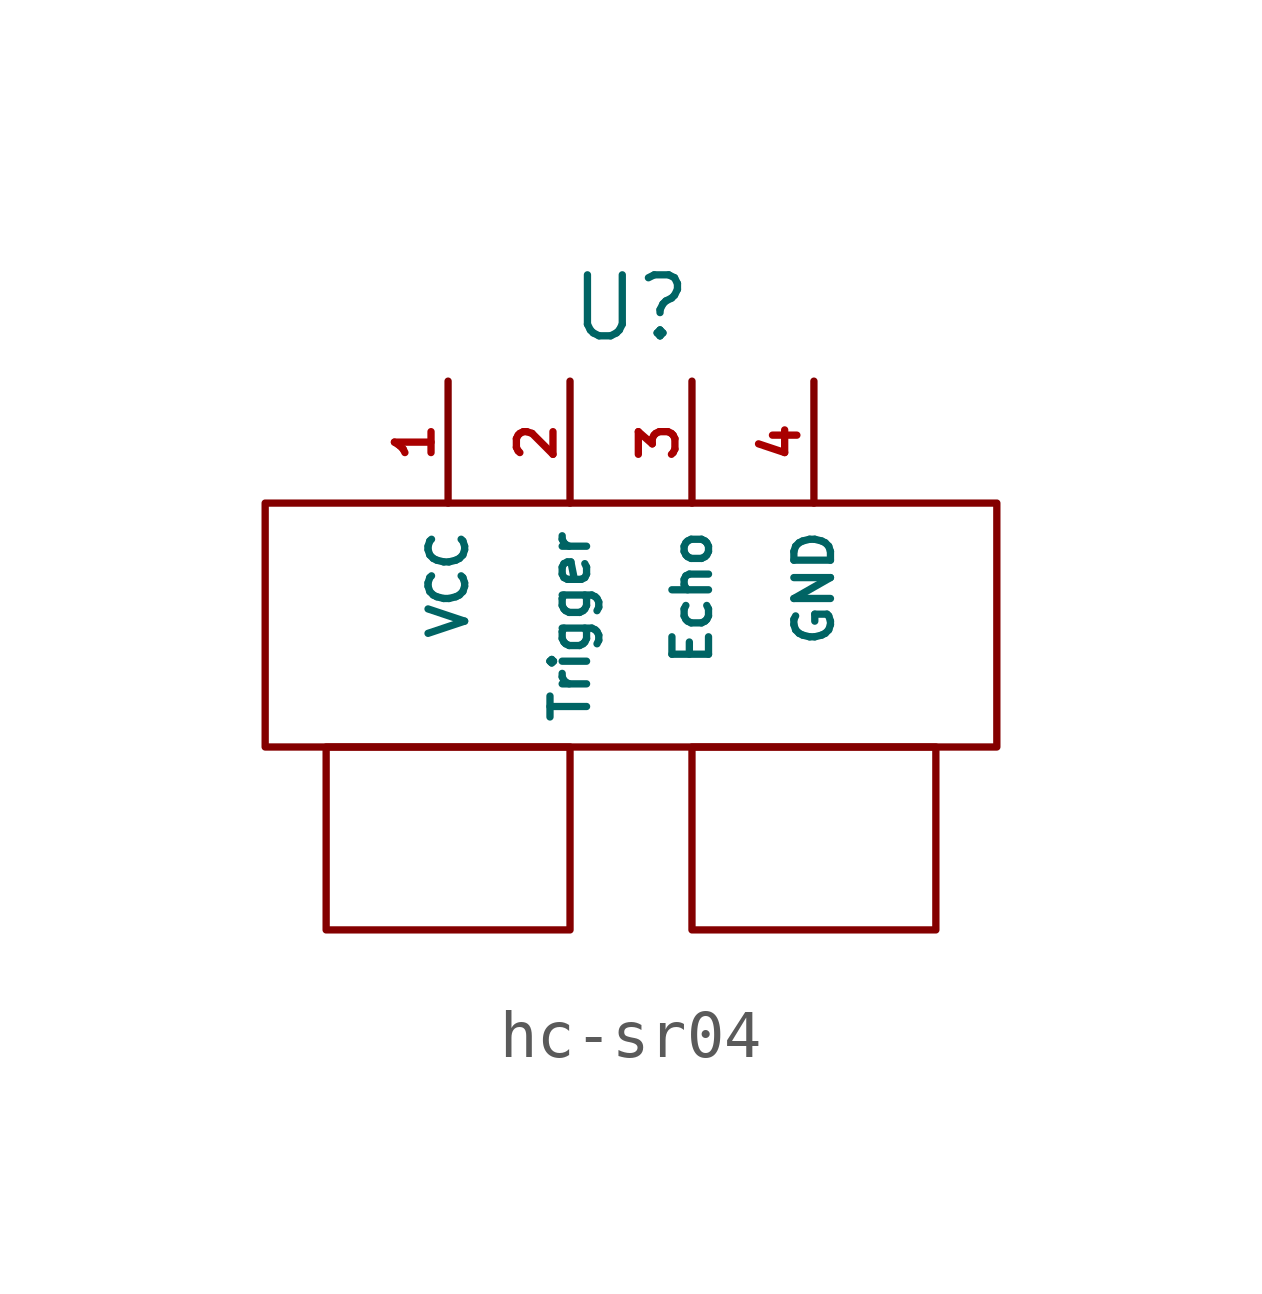
<source format=kicad_sym>
(kicad_symbol_lib
  (version 20241209)
  (generator "kicad_symbol_editor")
  (generator_version "9.0")
  (symbol "hc-sr04"
    (property "Reference" "U"
      (at 0 9.144 0)
      (effects (font (size 1.27 1.27))))
    (property "Value" ""
      (at 0 0 0)
      (effects (font (size 1.27 1.27))))
    (symbol "hc-sr04_0_1"
      (rectangle (start -7.62 5.08) (end 7.62 0) (stroke (width 0) (type default)) (fill (type none)))
      (rectangle (start -6.35 0) (end -1.27 -3.81) (stroke (width 0) (type default)) (fill (type none)))
      (rectangle (start 1.27 0) (end 6.35 -3.81) (stroke (width 0) (type default)) (fill (type none))))
    (symbol "hc-sr04_1_1"
      (pin power_in line (at -3.81 7.62 270) (length 2.54) (name "VCC" (effects (font (size 0.762 0.762)))) (number "1" (effects (font (size 0.762 0.762)))))
      (pin input line (at -1.27 7.62 270) (length 2.54) (name "Trigger" (effects (font (size 0.762 0.762)))) (number "2" (effects (font (size 0.762 0.762)))))
      (pin output line (at 1.27 7.62 270) (length 2.54) (name "Echo" (effects (font (size 0.762 0.762)))) (number "3" (effects (font (size 0.762 0.762)))))
      (pin power_in line (at 3.81 7.62 270) (length 2.54) (name "GND" (effects (font (size 0.762 0.762)))) (number "4" (effects (font (size 0.762 0.762))))))))
</source>
